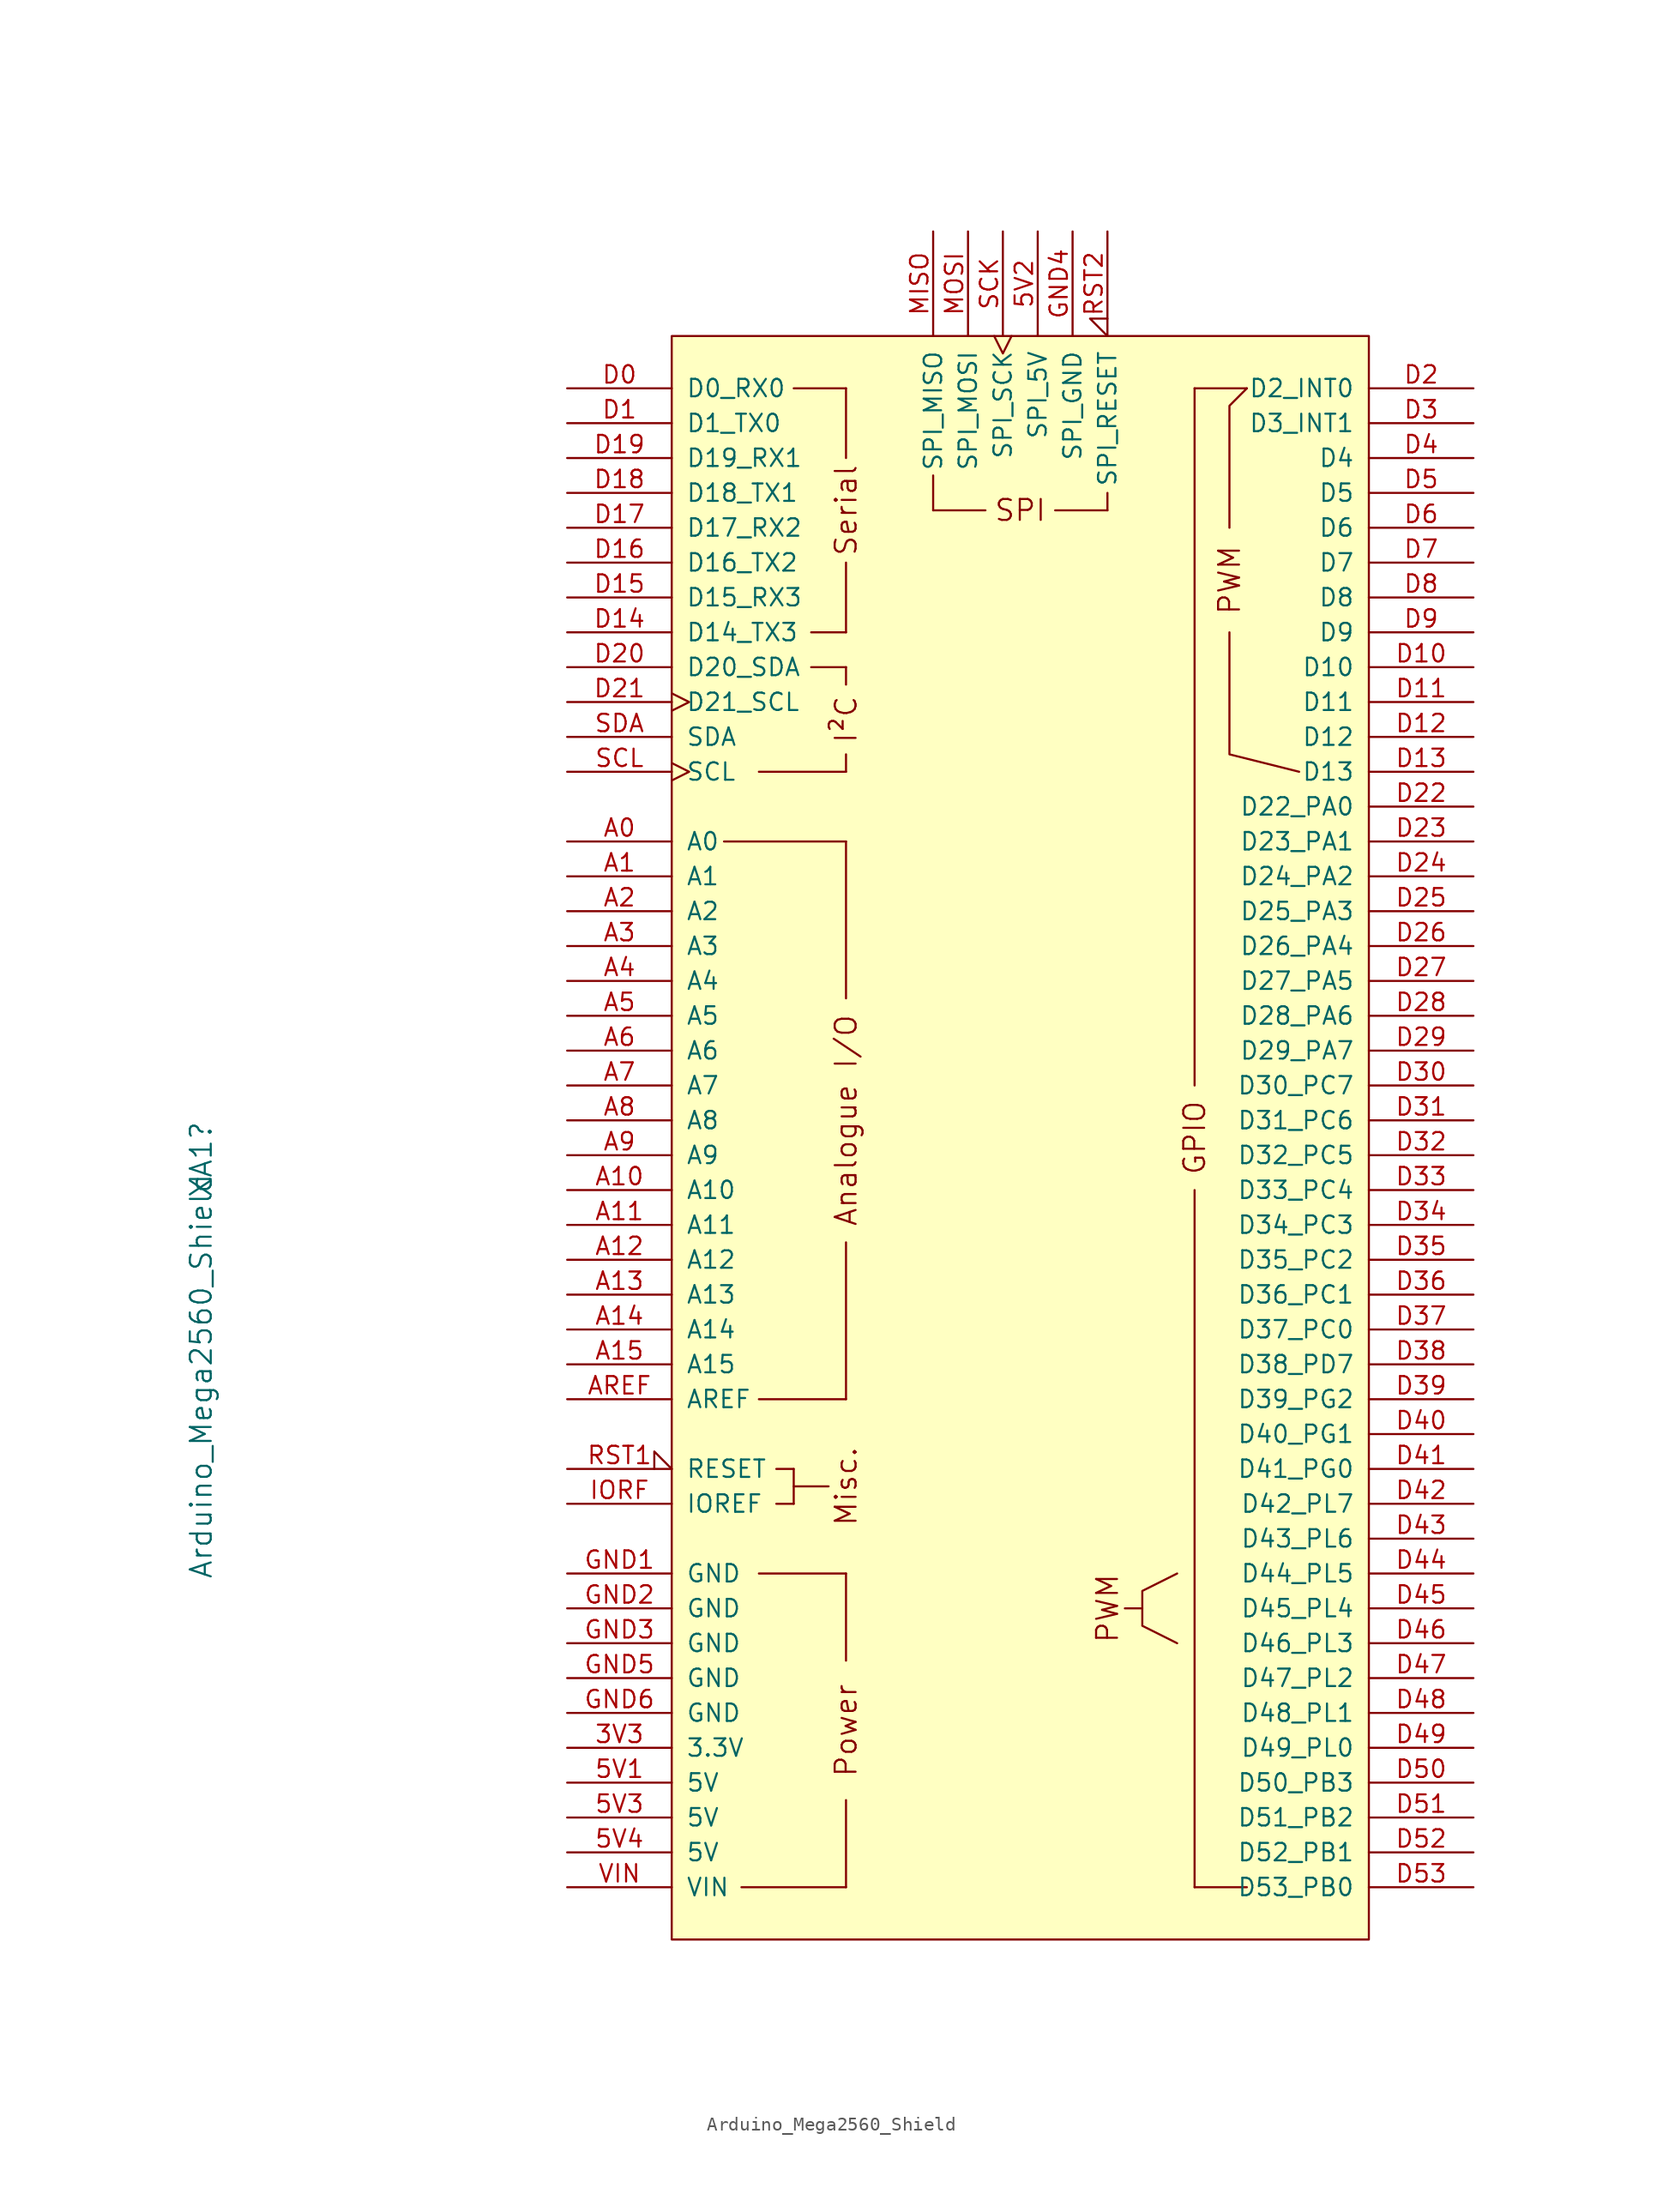
<source format=kicad_sym>
(kicad_symbol_lib
  (version 20211014)
  (generator kicad_symbol_editor)
  (symbol "Arduino_Mega2560_Shield"
    (pin_names
      (offset 1.016))
    (property "Reference" "XA1"
      (at -59.69 1.27 90)
      (effects (font (size 1.524 1.524)) (justify right)))
    (property "Value" "Arduino_Mega2560_Shield"
      (at -59.69 -2.54 90)
      (effects (font (size 1.524 1.524)) (justify right)))
    (symbol "Arduino_Mega2560_Shield_0_0"
      (rectangle (start -25.4 -58.42) (end 25.4 58.42) (stroke (width 0) (type default) (color 0 0 0 0)) (fill (type background)))
      (rectangle (start -20.32 -54.61) (end -12.7 -54.61) (stroke (width 0) (type default) (color 0 0 0 0)) (fill (type none)))
      (rectangle (start -19.05 -31.75) (end -12.7 -31.75) (stroke (width 0) (type default) (color 0 0 0 0)) (fill (type none)))
      (rectangle (start -19.05 -19.05) (end -12.7 -19.05) (stroke (width 0) (type default) (color 0 0 0 0)) (fill (type none)))
      (rectangle (start -19.05 26.67) (end -12.7 26.67) (stroke (width 0) (type default) (color 0 0 0 0)) (fill (type none)))
      (rectangle (start -17.78 -26.67) (end -16.51 -26.67) (stroke (width 0) (type default) (color 0 0 0 0)) (fill (type none)))
      (rectangle (start -17.78 -24.13) (end -16.51 -24.13) (stroke (width 0) (type default) (color 0 0 0 0)) (fill (type none)))
      (rectangle (start -16.51 -25.4) (end -13.97 -25.4) (stroke (width 0) (type default) (color 0 0 0 0)) (fill (type none)))
      (rectangle (start -16.51 -24.13) (end -16.51 -26.67) (stroke (width 0) (type default) (color 0 0 0 0)) (fill (type none)))
      (rectangle (start -16.51 54.61) (end -12.7 54.61) (stroke (width 0) (type default) (color 0 0 0 0)) (fill (type none)))
      (rectangle (start -15.24 34.29) (end -12.7 34.29) (stroke (width 0) (type default) (color 0 0 0 0)) (fill (type none)))
      (rectangle (start -15.24 36.83) (end -12.7 36.83) (stroke (width 0) (type default) (color 0 0 0 0)) (fill (type none)))
      (rectangle (start -12.7 -54.61) (end -12.7 -48.26) (stroke (width 0) (type default) (color 0 0 0 0)) (fill (type none)))
      (rectangle (start -12.7 -31.75) (end -12.7 -38.1) (stroke (width 0) (type default) (color 0 0 0 0)) (fill (type none)))
      (rectangle (start -12.7 26.67) (end -12.7 27.94) (stroke (width 0) (type default) (color 0 0 0 0)) (fill (type none)))
      (rectangle (start -12.7 34.29) (end -12.7 33.02) (stroke (width 0) (type default) (color 0 0 0 0)) (fill (type none)))
      (rectangle (start -12.7 41.91) (end -12.7 36.83) (stroke (width 0) (type default) (color 0 0 0 0)) (fill (type none)))
      (rectangle (start -12.7 49.53) (end -12.7 54.61) (stroke (width 0) (type default) (color 0 0 0 0)) (fill (type none)))
      (rectangle (start -6.35 48.26) (end -6.35 45.72) (stroke (width 0) (type default) (color 0 0 0 0)) (fill (type none)))
      (rectangle (start -2.54 45.72) (end -6.35 45.72) (stroke (width 0) (type default) (color 0 0 0 0)) (fill (type none)))
      (polyline (pts (xy -21.59 21.59) (xy -12.7 21.59)) (stroke (width 0) (type default) (color 0 0 0 0)) (fill (type none)))
      (polyline (pts (xy -12.7 -19.05) (xy -12.7 -7.62)) (stroke (width 0) (type default) (color 0 0 0 0)) (fill (type none)))
      (polyline (pts (xy -12.7 10.16) (xy -12.7 21.59)) (stroke (width 0) (type default) (color 0 0 0 0)) (fill (type none)))
      (polyline (pts (xy 8.89 -34.29) (xy 7.62 -34.29)) (stroke (width 0) (type default) (color 0 0 0 0)) (fill (type none)))
      (polyline (pts (xy 12.7 -54.61) (xy 16.51 -54.61)) (stroke (width 0) (type default) (color 0 0 0 0)) (fill (type none)))
      (polyline (pts (xy 12.7 54.61) (xy 16.51 54.61)) (stroke (width 0) (type default) (color 0 0 0 0)) (fill (type none)))
      (polyline (pts (xy 15.24 36.83) (xy 15.24 27.94) (xy 20.32 26.67)) (stroke (width 0) (type default) (color 0 0 0 0)) (fill (type none)))
      (polyline (pts (xy 15.24 44.45) (xy 15.24 53.34) (xy 16.51 54.61)) (stroke (width 0) (type default) (color 0 0 0 0)) (fill (type none)))
      (polyline (pts (xy 11.43 -31.75) (xy 8.89 -33.02) (xy 8.89 -35.56) (xy 11.43 -36.83)) (stroke (width 0) (type default) (color 0 0 0 0)) (fill (type none)))
      (rectangle (start 6.35 45.72) (end 2.54 45.72) (stroke (width 0) (type default) (color 0 0 0 0)) (fill (type none)))
      (rectangle (start 6.35 46.99) (end 6.35 45.72) (stroke (width 0) (type default) (color 0 0 0 0)) (fill (type none)))
      (text "Analogue I/O" (at -12.7 1.27 900) (effects (font (size 1.524 1.524))))
      (text "I²C" (at -12.7 30.48 900) (effects (font (size 1.524 1.524))))
      (text "Misc." (at -12.7 -25.4 900) (effects (font (size 1.524 1.524))))
      (text "Power" (at -12.7 -43.18 900) (effects (font (size 1.524 1.524))))
      (text "PWM" (at 6.35 -34.29 900) (effects (font (size 1.524 1.524))))
      (text "PWM" (at 15.24 40.64 900) (effects (font (size 1.524 1.524))))
      (text "Serial" (at -12.7 45.72 900) (effects (font (size 1.524 1.524))))
      (text "SPI" (at 0 45.72 0) (effects (font (size 1.524 1.524)))))
    (symbol "Arduino_Mega2560_Shield_1_0"
      (rectangle (start 12.7 -54.61) (end 12.7 -3.81) (stroke (width 0) (type default) (color 0 0 0 0)) (fill (type none)))
      (rectangle (start 12.7 54.61) (end 12.7 3.81) (stroke (width 0) (type default) (color 0 0 0 0)) (fill (type none)))
      (text "GPIO" (at 12.7 0 900) (effects (font (size 1.524 1.524)))))
    (symbol "Arduino_Mega2560_Shield_1_1"
      (pin power_in line (at -33.02 -44.45 0) (length 7.62) (name "3.3V" (effects (font (size 1.27 1.27)))) (number "3V3" (effects (font (size 1.27 1.27)))))
      (pin power_in line (at -33.02 -46.99 0) (length 7.62) (name "5V" (effects (font (size 1.27 1.27)))) (number "5V1" (effects (font (size 1.27 1.27)))))
      (pin power_in line (at 1.27 66.04 270) (length 7.62) (name "SPI_5V" (effects (font (size 1.27 1.27)))) (number "5V2" (effects (font (size 1.27 1.27)))))
      (pin power_in line (at -33.02 -49.53 0) (length 7.62) (name "5V" (effects (font (size 1.27 1.27)))) (number "5V3" (effects (font (size 1.27 1.27)))))
      (pin power_in line (at -33.02 -52.07 0) (length 7.62) (name "5V" (effects (font (size 1.27 1.27)))) (number "5V4" (effects (font (size 1.27 1.27)))))
      (pin bidirectional line (at -33.02 21.59 0) (length 7.62) (name "A0" (effects (font (size 1.27 1.27)))) (number "A0" (effects (font (size 1.27 1.27)))))
      (pin bidirectional line (at -33.02 19.05 0) (length 7.62) (name "A1" (effects (font (size 1.27 1.27)))) (number "A1" (effects (font (size 1.27 1.27)))))
      (pin bidirectional line (at -33.02 -3.81 0) (length 7.62) (name "A10" (effects (font (size 1.27 1.27)))) (number "A10" (effects (font (size 1.27 1.27)))))
      (pin bidirectional line (at -33.02 -6.35 0) (length 7.62) (name "A11" (effects (font (size 1.27 1.27)))) (number "A11" (effects (font (size 1.27 1.27)))))
      (pin bidirectional line (at -33.02 -8.89 0) (length 7.62) (name "A12" (effects (font (size 1.27 1.27)))) (number "A12" (effects (font (size 1.27 1.27)))))
      (pin bidirectional line (at -33.02 -11.43 0) (length 7.62) (name "A13" (effects (font (size 1.27 1.27)))) (number "A13" (effects (font (size 1.27 1.27)))))
      (pin bidirectional line (at -33.02 -13.97 0) (length 7.62) (name "A14" (effects (font (size 1.27 1.27)))) (number "A14" (effects (font (size 1.27 1.27)))))
      (pin bidirectional line (at -33.02 -16.51 0) (length 7.62) (name "A15" (effects (font (size 1.27 1.27)))) (number "A15" (effects (font (size 1.27 1.27)))))
      (pin bidirectional line (at -33.02 16.51 0) (length 7.62) (name "A2" (effects (font (size 1.27 1.27)))) (number "A2" (effects (font (size 1.27 1.27)))))
      (pin bidirectional line (at -33.02 13.97 0) (length 7.62) (name "A3" (effects (font (size 1.27 1.27)))) (number "A3" (effects (font (size 1.27 1.27)))))
      (pin bidirectional line (at -33.02 11.43 0) (length 7.62) (name "A4" (effects (font (size 1.27 1.27)))) (number "A4" (effects (font (size 1.27 1.27)))))
      (pin bidirectional line (at -33.02 8.89 0) (length 7.62) (name "A5" (effects (font (size 1.27 1.27)))) (number "A5" (effects (font (size 1.27 1.27)))))
      (pin bidirectional line (at -33.02 6.35 0) (length 7.62) (name "A6" (effects (font (size 1.27 1.27)))) (number "A6" (effects (font (size 1.27 1.27)))))
      (pin bidirectional line (at -33.02 3.81 0) (length 7.62) (name "A7" (effects (font (size 1.27 1.27)))) (number "A7" (effects (font (size 1.27 1.27)))))
      (pin bidirectional line (at -33.02 1.27 0) (length 7.62) (name "A8" (effects (font (size 1.27 1.27)))) (number "A8" (effects (font (size 1.27 1.27)))))
      (pin bidirectional line (at -33.02 -1.27 0) (length 7.62) (name "A9" (effects (font (size 1.27 1.27)))) (number "A9" (effects (font (size 1.27 1.27)))))
      (pin input line (at -33.02 -19.05 0) (length 7.62) (name "AREF" (effects (font (size 1.27 1.27)))) (number "AREF" (effects (font (size 1.27 1.27)))))
      (pin bidirectional line (at -33.02 54.61 0) (length 7.62) (name "D0_RX0" (effects (font (size 1.27 1.27)))) (number "D0" (effects (font (size 1.27 1.27)))))
      (pin bidirectional line (at -33.02 52.07 0) (length 7.62) (name "D1_TX0" (effects (font (size 1.27 1.27)))) (number "D1" (effects (font (size 1.27 1.27)))))
      (pin bidirectional line (at 33.02 34.29 180) (length 7.62) (name "D10" (effects (font (size 1.27 1.27)))) (number "D10" (effects (font (size 1.27 1.27)))))
      (pin bidirectional line (at 33.02 31.75 180) (length 7.62) (name "D11" (effects (font (size 1.27 1.27)))) (number "D11" (effects (font (size 1.27 1.27)))))
      (pin bidirectional line (at 33.02 29.21 180) (length 7.62) (name "D12" (effects (font (size 1.27 1.27)))) (number "D12" (effects (font (size 1.27 1.27)))))
      (pin bidirectional line (at 33.02 26.67 180) (length 7.62) (name "D13" (effects (font (size 1.27 1.27)))) (number "D13" (effects (font (size 1.27 1.27)))))
      (pin bidirectional line (at -33.02 36.83 0) (length 7.62) (name "D14_TX3" (effects (font (size 1.27 1.27)))) (number "D14" (effects (font (size 1.27 1.27)))))
      (pin bidirectional line (at -33.02 39.37 0) (length 7.62) (name "D15_RX3" (effects (font (size 1.27 1.27)))) (number "D15" (effects (font (size 1.27 1.27)))))
      (pin bidirectional line (at -33.02 41.91 0) (length 7.62) (name "D16_TX2" (effects (font (size 1.27 1.27)))) (number "D16" (effects (font (size 1.27 1.27)))))
      (pin bidirectional line (at -33.02 44.45 0) (length 7.62) (name "D17_RX2" (effects (font (size 1.27 1.27)))) (number "D17" (effects (font (size 1.27 1.27)))))
      (pin bidirectional line (at -33.02 46.99 0) (length 7.62) (name "D18_TX1" (effects (font (size 1.27 1.27)))) (number "D18" (effects (font (size 1.27 1.27)))))
      (pin bidirectional line (at -33.02 49.53 0) (length 7.62) (name "D19_RX1" (effects (font (size 1.27 1.27)))) (number "D19" (effects (font (size 1.27 1.27)))))
      (pin bidirectional line (at 33.02 54.61 180) (length 7.62) (name "D2_INT0" (effects (font (size 1.27 1.27)))) (number "D2" (effects (font (size 1.27 1.27)))))
      (pin bidirectional line (at -33.02 34.29 0) (length 7.62) (name "D20_SDA" (effects (font (size 1.27 1.27)))) (number "D20" (effects (font (size 1.27 1.27)))))
      (pin bidirectional clock (at -33.02 31.75 0) (length 7.62) (name "D21_SCL" (effects (font (size 1.27 1.27)))) (number "D21" (effects (font (size 1.27 1.27)))))
      (pin bidirectional line (at 33.02 24.13 180) (length 7.62) (name "D22_PA0" (effects (font (size 1.27 1.27)))) (number "D22" (effects (font (size 1.27 1.27)))))
      (pin bidirectional line (at 33.02 21.59 180) (length 7.62) (name "D23_PA1" (effects (font (size 1.27 1.27)))) (number "D23" (effects (font (size 1.27 1.27)))))
      (pin bidirectional line (at 33.02 19.05 180) (length 7.62) (name "D24_PA2" (effects (font (size 1.27 1.27)))) (number "D24" (effects (font (size 1.27 1.27)))))
      (pin bidirectional line (at 33.02 16.51 180) (length 7.62) (name "D25_PA3" (effects (font (size 1.27 1.27)))) (number "D25" (effects (font (size 1.27 1.27)))))
      (pin bidirectional line (at 33.02 13.97 180) (length 7.62) (name "D26_PA4" (effects (font (size 1.27 1.27)))) (number "D26" (effects (font (size 1.27 1.27)))))
      (pin bidirectional line (at 33.02 11.43 180) (length 7.62) (name "D27_PA5" (effects (font (size 1.27 1.27)))) (number "D27" (effects (font (size 1.27 1.27)))))
      (pin bidirectional line (at 33.02 8.89 180) (length 7.62) (name "D28_PA6" (effects (font (size 1.27 1.27)))) (number "D28" (effects (font (size 1.27 1.27)))))
      (pin bidirectional line (at 33.02 6.35 180) (length 7.62) (name "D29_PA7" (effects (font (size 1.27 1.27)))) (number "D29" (effects (font (size 1.27 1.27)))))
      (pin bidirectional line (at 33.02 52.07 180) (length 7.62) (name "D3_INT1" (effects (font (size 1.27 1.27)))) (number "D3" (effects (font (size 1.27 1.27)))))
      (pin bidirectional line (at 33.02 3.81 180) (length 7.62) (name "D30_PC7" (effects (font (size 1.27 1.27)))) (number "D30" (effects (font (size 1.27 1.27)))))
      (pin bidirectional line (at 33.02 1.27 180) (length 7.62) (name "D31_PC6" (effects (font (size 1.27 1.27)))) (number "D31" (effects (font (size 1.27 1.27)))))
      (pin bidirectional line (at 33.02 -1.27 180) (length 7.62) (name "D32_PC5" (effects (font (size 1.27 1.27)))) (number "D32" (effects (font (size 1.27 1.27)))))
      (pin bidirectional line (at 33.02 -3.81 180) (length 7.62) (name "D33_PC4" (effects (font (size 1.27 1.27)))) (number "D33" (effects (font (size 1.27 1.27)))))
      (pin bidirectional line (at 33.02 -6.35 180) (length 7.62) (name "D34_PC3" (effects (font (size 1.27 1.27)))) (number "D34" (effects (font (size 1.27 1.27)))))
      (pin bidirectional line (at 33.02 -8.89 180) (length 7.62) (name "D35_PC2" (effects (font (size 1.27 1.27)))) (number "D35" (effects (font (size 1.27 1.27)))))
      (pin bidirectional line (at 33.02 -11.43 180) (length 7.62) (name "D36_PC1" (effects (font (size 1.27 1.27)))) (number "D36" (effects (font (size 1.27 1.27)))))
      (pin bidirectional line (at 33.02 -13.97 180) (length 7.62) (name "D37_PC0" (effects (font (size 1.27 1.27)))) (number "D37" (effects (font (size 1.27 1.27)))))
      (pin bidirectional line (at 33.02 -16.51 180) (length 7.62) (name "D38_PD7" (effects (font (size 1.27 1.27)))) (number "D38" (effects (font (size 1.27 1.27)))))
      (pin bidirectional line (at 33.02 -19.05 180) (length 7.62) (name "D39_PG2" (effects (font (size 1.27 1.27)))) (number "D39" (effects (font (size 1.27 1.27)))))
      (pin bidirectional line (at 33.02 49.53 180) (length 7.62) (name "D4" (effects (font (size 1.27 1.27)))) (number "D4" (effects (font (size 1.27 1.27)))))
      (pin bidirectional line (at 33.02 -21.59 180) (length 7.62) (name "D40_PG1" (effects (font (size 1.27 1.27)))) (number "D40" (effects (font (size 1.27 1.27)))))
      (pin bidirectional line (at 33.02 -24.13 180) (length 7.62) (name "D41_PG0" (effects (font (size 1.27 1.27)))) (number "D41" (effects (font (size 1.27 1.27)))))
      (pin bidirectional line (at 33.02 -26.67 180) (length 7.62) (name "D42_PL7" (effects (font (size 1.27 1.27)))) (number "D42" (effects (font (size 1.27 1.27)))))
      (pin bidirectional line (at 33.02 -29.21 180) (length 7.62) (name "D43_PL6" (effects (font (size 1.27 1.27)))) (number "D43" (effects (font (size 1.27 1.27)))))
      (pin bidirectional line (at 33.02 -31.75 180) (length 7.62) (name "D44_PL5" (effects (font (size 1.27 1.27)))) (number "D44" (effects (font (size 1.27 1.27)))))
      (pin bidirectional line (at 33.02 -34.29 180) (length 7.62) (name "D45_PL4" (effects (font (size 1.27 1.27)))) (number "D45" (effects (font (size 1.27 1.27)))))
      (pin bidirectional line (at 33.02 -36.83 180) (length 7.62) (name "D46_PL3" (effects (font (size 1.27 1.27)))) (number "D46" (effects (font (size 1.27 1.27)))))
      (pin bidirectional line (at 33.02 -39.37 180) (length 7.62) (name "D47_PL2" (effects (font (size 1.27 1.27)))) (number "D47" (effects (font (size 1.27 1.27)))))
      (pin bidirectional line (at 33.02 -41.91 180) (length 7.62) (name "D48_PL1" (effects (font (size 1.27 1.27)))) (number "D48" (effects (font (size 1.27 1.27)))))
      (pin bidirectional line (at 33.02 -44.45 180) (length 7.62) (name "D49_PL0" (effects (font (size 1.27 1.27)))) (number "D49" (effects (font (size 1.27 1.27)))))
      (pin bidirectional line (at 33.02 46.99 180) (length 7.62) (name "D5" (effects (font (size 1.27 1.27)))) (number "D5" (effects (font (size 1.27 1.27)))))
      (pin bidirectional line (at 33.02 -46.99 180) (length 7.62) (name "D50_PB3" (effects (font (size 1.27 1.27)))) (number "D50" (effects (font (size 1.27 1.27)))))
      (pin bidirectional line (at 33.02 -49.53 180) (length 7.62) (name "D51_PB2" (effects (font (size 1.27 1.27)))) (number "D51" (effects (font (size 1.27 1.27)))))
      (pin bidirectional line (at 33.02 -52.07 180) (length 7.62) (name "D52_PB1" (effects (font (size 1.27 1.27)))) (number "D52" (effects (font (size 1.27 1.27)))))
      (pin bidirectional line (at 33.02 -54.61 180) (length 7.62) (name "D53_PB0" (effects (font (size 1.27 1.27)))) (number "D53" (effects (font (size 1.27 1.27)))))
      (pin bidirectional line (at 33.02 44.45 180) (length 7.62) (name "D6" (effects (font (size 1.27 1.27)))) (number "D6" (effects (font (size 1.27 1.27)))))
      (pin bidirectional line (at 33.02 41.91 180) (length 7.62) (name "D7" (effects (font (size 1.27 1.27)))) (number "D7" (effects (font (size 1.27 1.27)))))
      (pin bidirectional line (at 33.02 39.37 180) (length 7.62) (name "D8" (effects (font (size 1.27 1.27)))) (number "D8" (effects (font (size 1.27 1.27)))))
      (pin bidirectional line (at 33.02 36.83 180) (length 7.62) (name "D9" (effects (font (size 1.27 1.27)))) (number "D9" (effects (font (size 1.27 1.27)))))
      (pin power_in line (at -33.02 -31.75 0) (length 7.62) (name "GND" (effects (font (size 1.27 1.27)))) (number "GND1" (effects (font (size 1.27 1.27)))))
      (pin power_in line (at -33.02 -34.29 0) (length 7.62) (name "GND" (effects (font (size 1.27 1.27)))) (number "GND2" (effects (font (size 1.27 1.27)))))
      (pin power_in line (at -33.02 -36.83 0) (length 7.62) (name "GND" (effects (font (size 1.27 1.27)))) (number "GND3" (effects (font (size 1.27 1.27)))))
      (pin power_in line (at 3.81 66.04 270) (length 7.62) (name "SPI_GND" (effects (font (size 1.27 1.27)))) (number "GND4" (effects (font (size 1.27 1.27)))))
      (pin power_in line (at -33.02 -39.37 0) (length 7.62) (name "GND" (effects (font (size 1.27 1.27)))) (number "GND5" (effects (font (size 1.27 1.27)))))
      (pin power_in line (at -33.02 -41.91 0) (length 7.62) (name "GND" (effects (font (size 1.27 1.27)))) (number "GND6" (effects (font (size 1.27 1.27)))))
      (pin output line (at -33.02 -26.67 0) (length 7.62) (name "IOREF" (effects (font (size 1.27 1.27)))) (number "IORF" (effects (font (size 1.27 1.27)))))
      (pin input line (at -6.35 66.04 270) (length 7.62) (name "SPI_MISO" (effects (font (size 1.27 1.27)))) (number "MISO" (effects (font (size 1.27 1.27)))))
      (pin output line (at -3.81 66.04 270) (length 7.62) (name "SPI_MOSI" (effects (font (size 1.27 1.27)))) (number "MOSI" (effects (font (size 1.27 1.27)))))
      (pin open_collector input_low (at -33.02 -24.13 0) (length 7.62) (name "RESET" (effects (font (size 1.27 1.27)))) (number "RST1" (effects (font (size 1.27 1.27)))))
      (pin open_collector input_low (at 6.35 66.04 270) (length 7.62) (name "SPI_RESET" (effects (font (size 1.27 1.27)))) (number "RST2" (effects (font (size 1.27 1.27)))))
      (pin output clock (at -1.27 66.04 270) (length 7.62) (name "SPI_SCK" (effects (font (size 1.27 1.27)))) (number "SCK" (effects (font (size 1.27 1.27)))))
      (pin bidirectional clock (at -33.02 26.67 0) (length 7.62) (name "SCL" (effects (font (size 1.27 1.27)))) (number "SCL" (effects (font (size 1.27 1.27)))))
      (pin bidirectional line (at -33.02 29.21 0) (length 7.62) (name "SDA" (effects (font (size 1.27 1.27)))) (number "SDA" (effects (font (size 1.27 1.27)))))
      (pin power_in line (at -33.02 -54.61 0) (length 7.62) (name "VIN" (effects (font (size 1.27 1.27)))) (number "VIN" (effects (font (size 1.27 1.27))))))))
</source>
